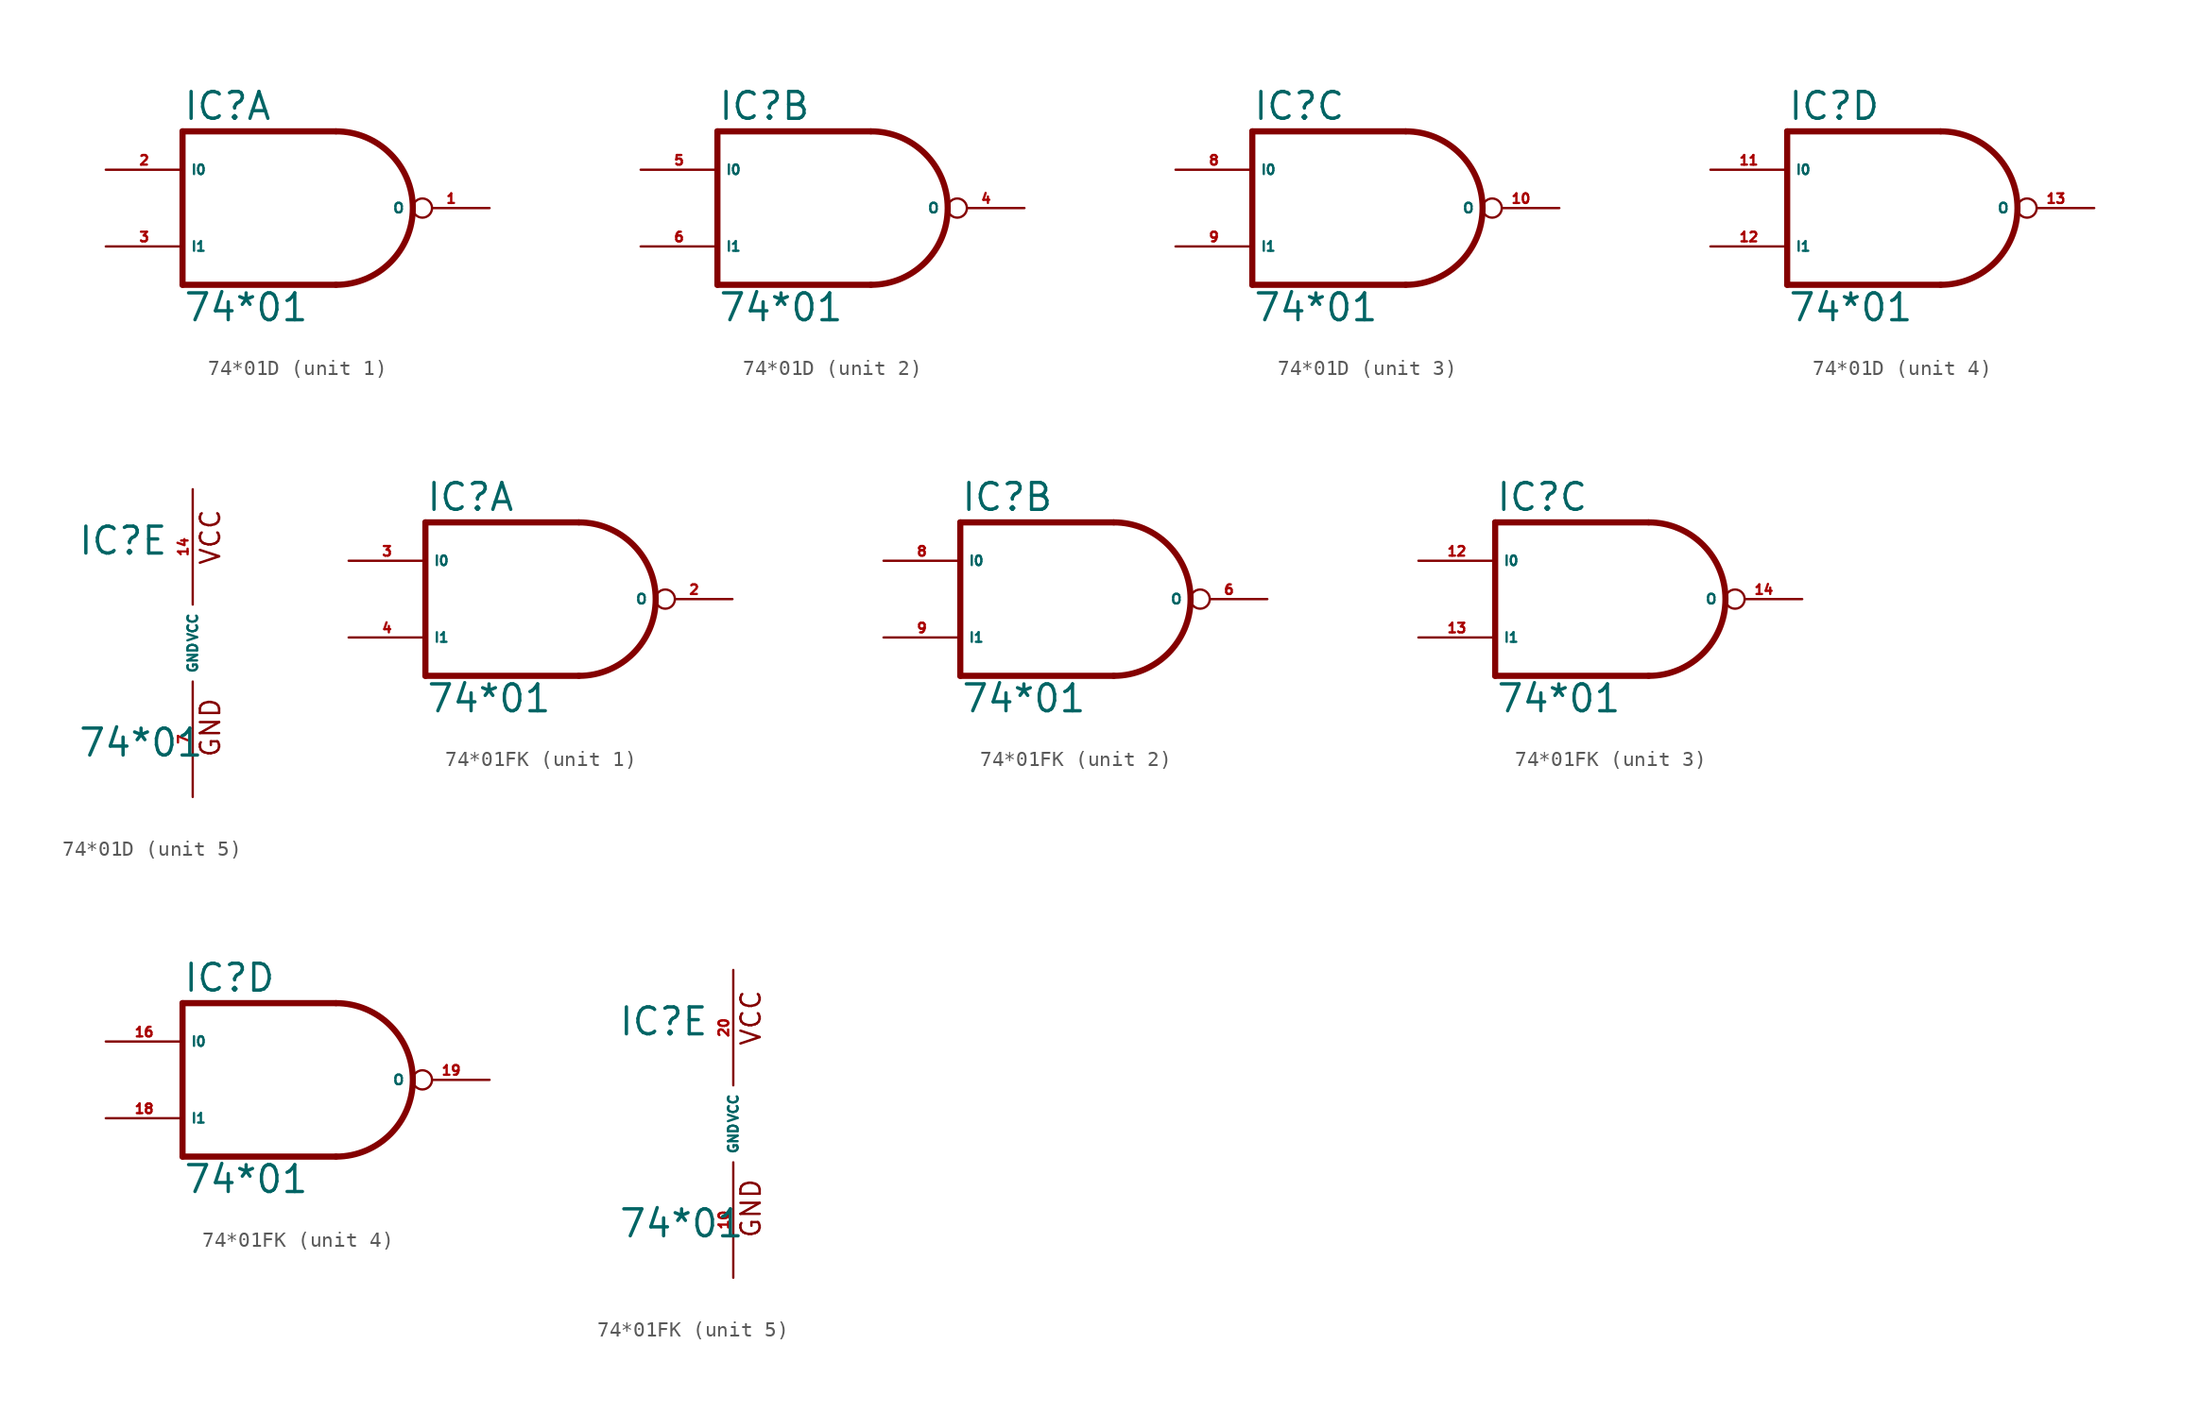
<source format=kicad_sym>
(kicad_symbol_lib
  (version 20220914)
  (generator Eagle2Kicad)
  (symbol "74*01D"
    (property "Reference" "IC"
      (at -7.62 5.715 0)
      (effects (font (size 1.778 1.778) (thickness 0.22)) (justify left bottom)))
    (property "Value" "74*01"
      (at -7.62 -7.62 0)
      (effects (font (size 1.778 1.778) (thickness 0.22)) (justify left bottom)))
    (symbol "74*01D_1_0"
      (polyline (pts (xy -7.62 5.08) (xy -7.62 -5.08)) (stroke (width 0.406) (type default)) (fill (type none)))
      (polyline (pts (xy -7.62 -5.08) (xy 2.54 -5.08)) (stroke (width 0.406) (type default)) (fill (type none)))
      (arc (start 2.54 -5.08) (mid 7.620 0.000) (end 2.54 5.08) (stroke (width 0.4064) (type default)) (fill (type none)))
      (polyline (pts (xy 2.54 5.08) (xy -7.62 5.08)) (stroke (width 0.406) (type default)) (fill (type none)))
      (pin open_collector inverted (at 12.7 0 180) (length 5.08) (name "O" (effects (font (size 0.635 0.635) (thickness 0.08)) (justify left bottom))) (number "1" (effects (font (size 0.635 0.635) (thickness 0.08)) (justify left bottom))))
      (pin input line (at -12.7 2.54 0) (length 5.08) (name "I0" (effects (font (size 0.635 0.635) (thickness 0.08)) (justify left bottom))) (number "2" (effects (font (size 0.635 0.635) (thickness 0.08)) (justify left bottom))))
      (pin input line (at -12.7 -2.54 0) (length 5.08) (name "I1" (effects (font (size 0.635 0.635) (thickness 0.08)) (justify left bottom))) (number "3" (effects (font (size 0.635 0.635) (thickness 0.08)) (justify left bottom)))))
    (symbol "74*01D_2_0"
      (polyline (pts (xy -7.62 5.08) (xy -7.62 -5.08)) (stroke (width 0.406) (type default)) (fill (type none)))
      (polyline (pts (xy -7.62 -5.08) (xy 2.54 -5.08)) (stroke (width 0.406) (type default)) (fill (type none)))
      (arc (start 2.54 -5.08) (mid 7.620 0.000) (end 2.54 5.08) (stroke (width 0.4064) (type default)) (fill (type none)))
      (polyline (pts (xy 2.54 5.08) (xy -7.62 5.08)) (stroke (width 0.406) (type default)) (fill (type none)))
      (pin open_collector inverted (at 12.7 0 180) (length 5.08) (name "O" (effects (font (size 0.635 0.635) (thickness 0.08)) (justify left bottom))) (number "4" (effects (font (size 0.635 0.635) (thickness 0.08)) (justify left bottom))))
      (pin input line (at -12.7 2.54 0) (length 5.08) (name "I0" (effects (font (size 0.635 0.635) (thickness 0.08)) (justify left bottom))) (number "5" (effects (font (size 0.635 0.635) (thickness 0.08)) (justify left bottom))))
      (pin input line (at -12.7 -2.54 0) (length 5.08) (name "I1" (effects (font (size 0.635 0.635) (thickness 0.08)) (justify left bottom))) (number "6" (effects (font (size 0.635 0.635) (thickness 0.08)) (justify left bottom)))))
    (symbol "74*01D_3_0"
      (polyline (pts (xy -7.62 5.08) (xy -7.62 -5.08)) (stroke (width 0.406) (type default)) (fill (type none)))
      (polyline (pts (xy -7.62 -5.08) (xy 2.54 -5.08)) (stroke (width 0.406) (type default)) (fill (type none)))
      (arc (start 2.54 -5.08) (mid 7.620 0.000) (end 2.54 5.08) (stroke (width 0.4064) (type default)) (fill (type none)))
      (polyline (pts (xy 2.54 5.08) (xy -7.62 5.08)) (stroke (width 0.406) (type default)) (fill (type none)))
      (pin open_collector inverted (at 12.7 0 180) (length 5.08) (name "O" (effects (font (size 0.635 0.635) (thickness 0.08)) (justify left bottom))) (number "10" (effects (font (size 0.635 0.635) (thickness 0.08)) (justify left bottom))))
      (pin input line (at -12.7 2.54 0) (length 5.08) (name "I0" (effects (font (size 0.635 0.635) (thickness 0.08)) (justify left bottom))) (number "8" (effects (font (size 0.635 0.635) (thickness 0.08)) (justify left bottom))))
      (pin input line (at -12.7 -2.54 0) (length 5.08) (name "I1" (effects (font (size 0.635 0.635) (thickness 0.08)) (justify left bottom))) (number "9" (effects (font (size 0.635 0.635) (thickness 0.08)) (justify left bottom)))))
    (symbol "74*01D_4_0"
      (polyline (pts (xy -7.62 5.08) (xy -7.62 -5.08)) (stroke (width 0.406) (type default)) (fill (type none)))
      (polyline (pts (xy -7.62 -5.08) (xy 2.54 -5.08)) (stroke (width 0.406) (type default)) (fill (type none)))
      (arc (start 2.54 -5.08) (mid 7.620 0.000) (end 2.54 5.08) (stroke (width 0.4064) (type default)) (fill (type none)))
      (polyline (pts (xy 2.54 5.08) (xy -7.62 5.08)) (stroke (width 0.406) (type default)) (fill (type none)))
      (pin open_collector inverted (at 12.7 0 180) (length 5.08) (name "O" (effects (font (size 0.635 0.635) (thickness 0.08)) (justify left bottom))) (number "13" (effects (font (size 0.635 0.635) (thickness 0.08)) (justify left bottom))))
      (pin input line (at -12.7 2.54 0) (length 5.08) (name "I0" (effects (font (size 0.635 0.635) (thickness 0.08)) (justify left bottom))) (number "11" (effects (font (size 0.635 0.635) (thickness 0.08)) (justify left bottom))))
      (pin input line (at -12.7 -2.54 0) (length 5.08) (name "I1" (effects (font (size 0.635 0.635) (thickness 0.08)) (justify left bottom))) (number "12" (effects (font (size 0.635 0.635) (thickness 0.08)) (justify left bottom)))))
    (symbol "74*01D_5_0"
      (text "GND" (at 1.905 -7.62 900) (effects (font (size 1.27 1.27) (thickness 0.16)) (justify left bottom)))
      (text "VCC" (at 1.905 5.08 900) (effects (font (size 1.27 1.27) (thickness 0.16)) (justify left bottom)))
      (pin unspecified line (at 0 -10.16 90) (length 7.62) (name "GND" (effects (font (size 0.635 0.635) (thickness 0.08)) (justify left bottom))) (number "7" (effects (font (size 0.635 0.635) (thickness 0.08)) (justify left bottom))))
      (pin unspecified line (at 0 10.16 270) (length 7.62) (name "VCC" (effects (font (size 0.635 0.635) (thickness 0.08)) (justify left bottom))) (number "14" (effects (font (size 0.635 0.635) (thickness 0.08)) (justify left bottom))))))
  (symbol "74*01FK"
    (property "Reference" "IC"
      (at -7.62 5.715 0)
      (effects (font (size 1.778 1.778) (thickness 0.22)) (justify left bottom)))
    (property "Value" "74*01"
      (at -7.62 -7.62 0)
      (effects (font (size 1.778 1.778) (thickness 0.22)) (justify left bottom)))
    (symbol "74*01FK_1_0"
      (polyline (pts (xy -7.62 5.08) (xy -7.62 -5.08)) (stroke (width 0.406) (type default)) (fill (type none)))
      (polyline (pts (xy -7.62 -5.08) (xy 2.54 -5.08)) (stroke (width 0.406) (type default)) (fill (type none)))
      (arc (start 2.54 -5.08) (mid 7.620 0.000) (end 2.54 5.08) (stroke (width 0.4064) (type default)) (fill (type none)))
      (polyline (pts (xy 2.54 5.08) (xy -7.62 5.08)) (stroke (width 0.406) (type default)) (fill (type none)))
      (pin open_collector inverted (at 12.7 0 180) (length 5.08) (name "O" (effects (font (size 0.635 0.635) (thickness 0.08)) (justify left bottom))) (number "2" (effects (font (size 0.635 0.635) (thickness 0.08)) (justify left bottom))))
      (pin input line (at -12.7 2.54 0) (length 5.08) (name "I0" (effects (font (size 0.635 0.635) (thickness 0.08)) (justify left bottom))) (number "3" (effects (font (size 0.635 0.635) (thickness 0.08)) (justify left bottom))))
      (pin input line (at -12.7 -2.54 0) (length 5.08) (name "I1" (effects (font (size 0.635 0.635) (thickness 0.08)) (justify left bottom))) (number "4" (effects (font (size 0.635 0.635) (thickness 0.08)) (justify left bottom)))))
    (symbol "74*01FK_2_0"
      (polyline (pts (xy -7.62 5.08) (xy -7.62 -5.08)) (stroke (width 0.406) (type default)) (fill (type none)))
      (polyline (pts (xy -7.62 -5.08) (xy 2.54 -5.08)) (stroke (width 0.406) (type default)) (fill (type none)))
      (arc (start 2.54 -5.08) (mid 7.620 0.000) (end 2.54 5.08) (stroke (width 0.4064) (type default)) (fill (type none)))
      (polyline (pts (xy 2.54 5.08) (xy -7.62 5.08)) (stroke (width 0.406) (type default)) (fill (type none)))
      (pin open_collector inverted (at 12.7 0 180) (length 5.08) (name "O" (effects (font (size 0.635 0.635) (thickness 0.08)) (justify left bottom))) (number "6" (effects (font (size 0.635 0.635) (thickness 0.08)) (justify left bottom))))
      (pin input line (at -12.7 2.54 0) (length 5.08) (name "I0" (effects (font (size 0.635 0.635) (thickness 0.08)) (justify left bottom))) (number "8" (effects (font (size 0.635 0.635) (thickness 0.08)) (justify left bottom))))
      (pin input line (at -12.7 -2.54 0) (length 5.08) (name "I1" (effects (font (size 0.635 0.635) (thickness 0.08)) (justify left bottom))) (number "9" (effects (font (size 0.635 0.635) (thickness 0.08)) (justify left bottom)))))
    (symbol "74*01FK_3_0"
      (polyline (pts (xy -7.62 5.08) (xy -7.62 -5.08)) (stroke (width 0.406) (type default)) (fill (type none)))
      (polyline (pts (xy -7.62 -5.08) (xy 2.54 -5.08)) (stroke (width 0.406) (type default)) (fill (type none)))
      (arc (start 2.54 -5.08) (mid 7.620 0.000) (end 2.54 5.08) (stroke (width 0.4064) (type default)) (fill (type none)))
      (polyline (pts (xy 2.54 5.08) (xy -7.62 5.08)) (stroke (width 0.406) (type default)) (fill (type none)))
      (pin open_collector inverted (at 12.7 0 180) (length 5.08) (name "O" (effects (font (size 0.635 0.635) (thickness 0.08)) (justify left bottom))) (number "14" (effects (font (size 0.635 0.635) (thickness 0.08)) (justify left bottom))))
      (pin input line (at -12.7 2.54 0) (length 5.08) (name "I0" (effects (font (size 0.635 0.635) (thickness 0.08)) (justify left bottom))) (number "12" (effects (font (size 0.635 0.635) (thickness 0.08)) (justify left bottom))))
      (pin input line (at -12.7 -2.54 0) (length 5.08) (name "I1" (effects (font (size 0.635 0.635) (thickness 0.08)) (justify left bottom))) (number "13" (effects (font (size 0.635 0.635) (thickness 0.08)) (justify left bottom)))))
    (symbol "74*01FK_4_0"
      (polyline (pts (xy -7.62 5.08) (xy -7.62 -5.08)) (stroke (width 0.406) (type default)) (fill (type none)))
      (polyline (pts (xy -7.62 -5.08) (xy 2.54 -5.08)) (stroke (width 0.406) (type default)) (fill (type none)))
      (arc (start 2.54 -5.08) (mid 7.620 0.000) (end 2.54 5.08) (stroke (width 0.4064) (type default)) (fill (type none)))
      (polyline (pts (xy 2.54 5.08) (xy -7.62 5.08)) (stroke (width 0.406) (type default)) (fill (type none)))
      (pin open_collector inverted (at 12.7 0 180) (length 5.08) (name "O" (effects (font (size 0.635 0.635) (thickness 0.08)) (justify left bottom))) (number "19" (effects (font (size 0.635 0.635) (thickness 0.08)) (justify left bottom))))
      (pin input line (at -12.7 2.54 0) (length 5.08) (name "I0" (effects (font (size 0.635 0.635) (thickness 0.08)) (justify left bottom))) (number "16" (effects (font (size 0.635 0.635) (thickness 0.08)) (justify left bottom))))
      (pin input line (at -12.7 -2.54 0) (length 5.08) (name "I1" (effects (font (size 0.635 0.635) (thickness 0.08)) (justify left bottom))) (number "18" (effects (font (size 0.635 0.635) (thickness 0.08)) (justify left bottom)))))
    (symbol "74*01FK_5_0"
      (text "GND" (at 1.905 -7.62 900) (effects (font (size 1.27 1.27) (thickness 0.16)) (justify left bottom)))
      (text "VCC" (at 1.905 5.08 900) (effects (font (size 1.27 1.27) (thickness 0.16)) (justify left bottom)))
      (pin unspecified line (at 0 -10.16 90) (length 7.62) (name "GND" (effects (font (size 0.635 0.635) (thickness 0.08)) (justify left bottom))) (number "10" (effects (font (size 0.635 0.635) (thickness 0.08)) (justify left bottom))))
      (pin unspecified line (at 0 10.16 270) (length 7.62) (name "VCC" (effects (font (size 0.635 0.635) (thickness 0.08)) (justify left bottom))) (number "20" (effects (font (size 0.635 0.635) (thickness 0.08)) (justify left bottom)))))))
</source>
